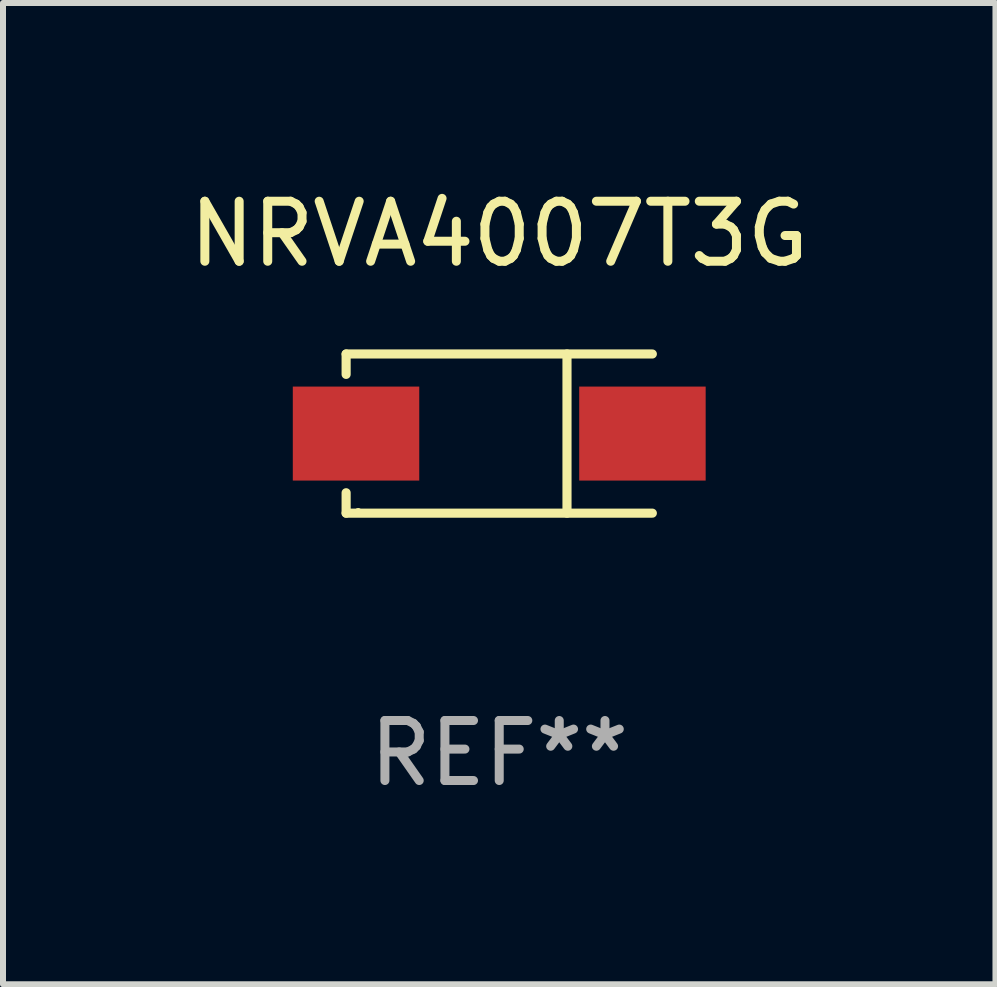
<source format=kicad_pcb>
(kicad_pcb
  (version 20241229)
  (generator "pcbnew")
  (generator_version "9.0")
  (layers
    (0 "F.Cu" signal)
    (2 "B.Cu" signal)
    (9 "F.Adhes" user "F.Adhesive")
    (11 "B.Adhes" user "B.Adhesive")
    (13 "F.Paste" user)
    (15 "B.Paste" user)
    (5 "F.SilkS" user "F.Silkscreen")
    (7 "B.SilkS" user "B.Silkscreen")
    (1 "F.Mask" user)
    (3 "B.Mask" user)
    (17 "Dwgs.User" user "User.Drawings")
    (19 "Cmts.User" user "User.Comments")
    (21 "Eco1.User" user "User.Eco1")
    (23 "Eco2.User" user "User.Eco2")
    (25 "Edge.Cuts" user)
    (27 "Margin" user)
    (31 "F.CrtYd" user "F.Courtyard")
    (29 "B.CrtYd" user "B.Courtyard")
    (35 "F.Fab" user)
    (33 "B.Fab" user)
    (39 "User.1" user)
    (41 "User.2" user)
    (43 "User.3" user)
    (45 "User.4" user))
  (footprint "NRVA4007T3G"
    (layer "F.Cu")
    (at 5.268 4.174)
    (property "Reference" "NRVA4007T3G" (at 0 -3.326 0) (layer "F.SilkS") (effects (font (size 1 1) (thickness 0.15))))
    (attr through_hole)
    (fp_line (start -2.551 -1.326) (end -2.551 -0.986) (stroke (width 0.152) (type solid)) (layer "F.SilkS"))
    (fp_line (start -2.551 1.326) (end -2.551 0.986) (stroke (width 0.152) (type solid)) (layer "F.SilkS"))
    (fp_line (start 1.129 1.326) (end 1.129 -1.326) (stroke (width 0.152) (type solid)) (layer "F.SilkS"))
    (fp_line (start 2.551 -1.326) (end -2.551 -1.326) (stroke (width 0.152) (type solid)) (layer "F.SilkS"))
    (fp_line (start 2.551 1.326) (end -2.551 1.326) (stroke (width 0.152) (type solid)) (layer "F.SilkS"))
    (fp_circle (center -2.35 1.3) (end -2.32 1.3) (stroke (width 0.06) (type solid)) (fill no) (layer "F.SilkS"))
    (fp_text user "REF**" (at 0 5.326 0) (layer "F.Fab") (effects (font (size 1 1) (thickness 0.15))))
    (pad "1" smd rect (at -2.386 0) (size 2.107 1.566) (layers "F.Cu" "F.Mask" "F.Paste"))
    (pad "2" smd rect (at 2.386 0) (size 2.107 1.566) (layers "F.Cu" "F.Mask" "F.Paste")))
  (gr_rect
    (start -3 -3)
    (end 13.536 13.349)
    (stroke (width 0.1) (type default))
    (fill no)
    (layer "Edge.Cuts")))
</source>
